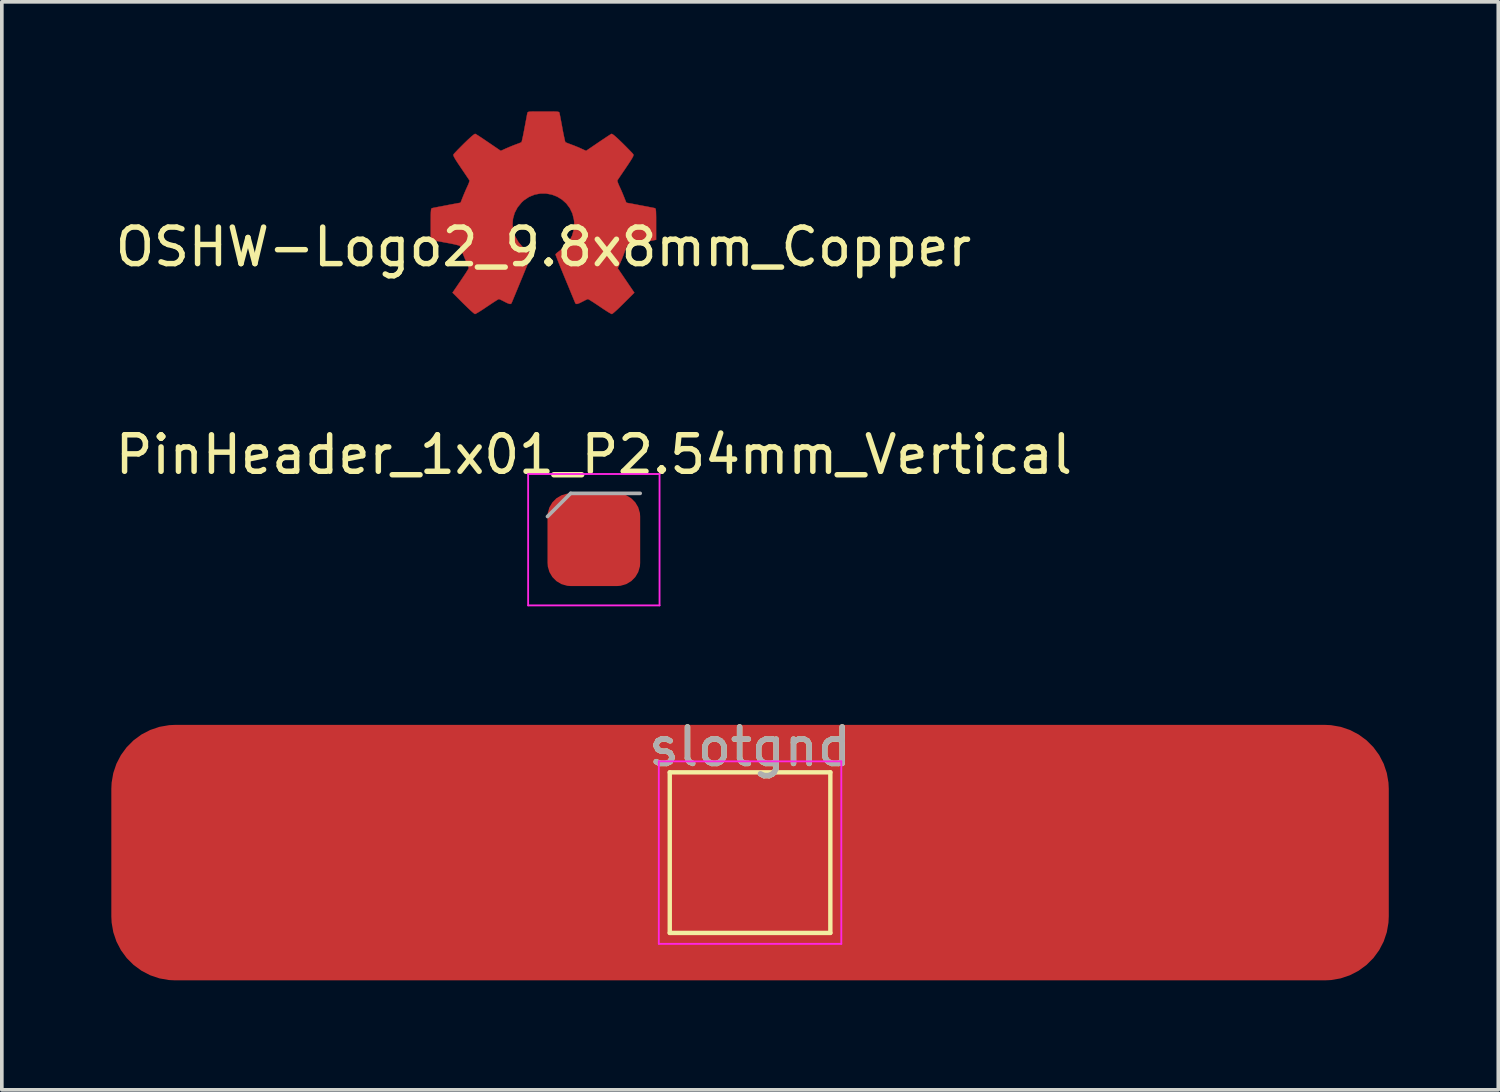
<source format=kicad_pcb>
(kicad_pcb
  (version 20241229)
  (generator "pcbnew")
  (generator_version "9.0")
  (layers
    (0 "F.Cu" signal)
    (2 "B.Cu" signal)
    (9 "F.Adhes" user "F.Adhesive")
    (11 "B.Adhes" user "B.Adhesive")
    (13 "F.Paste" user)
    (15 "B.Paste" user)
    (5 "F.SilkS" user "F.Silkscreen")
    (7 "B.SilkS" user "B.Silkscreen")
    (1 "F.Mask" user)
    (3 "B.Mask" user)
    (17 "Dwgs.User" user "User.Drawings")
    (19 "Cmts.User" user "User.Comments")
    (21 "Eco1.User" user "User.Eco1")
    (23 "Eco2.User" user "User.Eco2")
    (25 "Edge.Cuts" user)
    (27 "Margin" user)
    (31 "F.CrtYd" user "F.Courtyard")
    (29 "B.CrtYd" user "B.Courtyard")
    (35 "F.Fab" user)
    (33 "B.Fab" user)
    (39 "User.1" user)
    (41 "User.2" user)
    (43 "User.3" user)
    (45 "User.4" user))
  (footprint "OSHW-Logo2_9.8x8mm_Copper"
    (layer "F.Cu")
    (at 11.839 3.717)
    (property "Reference" "OSHW-Logo2_9.8x8mm_Copper" (at 0 0 0) (layer "F.SilkS") (effects (font (size 1 1) (thickness 0.15))))
    (attr exclude_from_pos_files exclude_from_bom)
    (fp_poly (pts (xy 0.14 -3.712) (xy 0.246 -3.712) (xy 0.322 -3.71) (xy 0.374 -3.707) (xy 0.407 -3.702) (xy 0.426 -3.695) (xy 0.435 -3.684) (xy 0.439 -3.67) (xy 0.44 -3.668) (xy 0.446 -3.636) (xy 0.459 -3.572) (xy 0.476 -3.483) (xy 0.496 -3.376) (xy 0.518 -3.258) (xy 0.518 -3.254) (xy 0.54 -3.138) (xy 0.561 -3.036) (xy 0.579 -2.953) (xy 0.592 -2.897) (xy 0.601 -2.872) (xy 0.601 -2.871) (xy 0.626 -2.859) (xy 0.676 -2.839) (xy 0.742 -2.814) (xy 0.742 -2.814) (xy 0.825 -2.783) (xy 0.923 -2.744) (xy 1.015 -2.704) (xy 1.019 -2.702) (xy 1.169 -2.634) (xy 1.501 -2.86) (xy 1.603 -2.929) (xy 1.696 -2.991) (xy 1.773 -3.042) (xy 1.83 -3.079) (xy 1.861 -3.098) (xy 1.864 -3.099) (xy 1.887 -3.093) (xy 1.93 -3.063) (xy 1.994 -3.008) (xy 2.081 -2.927) (xy 2.171 -2.84) (xy 2.256 -2.755) (xy 2.333 -2.677) (xy 2.397 -2.611) (xy 2.442 -2.563) (xy 2.464 -2.536) (xy 2.464 -2.535) (xy 2.467 -2.517) (xy 2.458 -2.487) (xy 2.435 -2.441) (xy 2.395 -2.376) (xy 2.338 -2.288) (xy 2.261 -2.173) (xy 2.193 -2.073) (xy 2.132 -1.983) (xy 2.081 -1.908) (xy 2.045 -1.854) (xy 2.027 -1.827) (xy 2.026 -1.825) (xy 2.028 -1.798) (xy 2.045 -1.747) (xy 2.073 -1.68) (xy 2.083 -1.659) (xy 2.127 -1.564) (xy 2.173 -1.456) (xy 2.211 -1.363) (xy 2.238 -1.294) (xy 2.26 -1.241) (xy 2.272 -1.214) (xy 2.274 -1.211) (xy 2.297 -1.208) (xy 2.351 -1.198) (xy 2.429 -1.184) (xy 2.524 -1.166) (xy 2.628 -1.146) (xy 2.735 -1.126) (xy 2.837 -1.107) (xy 2.927 -1.089) (xy 2.998 -1.075) (xy 3.042 -1.066) (xy 3.053 -1.063) (xy 3.064 -1.057) (xy 3.073 -1.042) (xy 3.079 -1.015) (xy 3.083 -0.97) (xy 3.085 -0.902) (xy 3.087 -0.806) (xy 3.087 -0.678) (xy 3.087 -0.625) (xy 3.087 -0.198) (xy 2.985 -0.178) (xy 2.927 -0.167) (xy 2.842 -0.151) (xy 2.739 -0.132) (xy 2.629 -0.111) (xy 2.599 -0.106) (xy 2.497 -0.086) (xy 2.408 -0.067) (xy 2.34 -0.049) (xy 2.3 -0.036) (xy 2.293 -0.032) (xy 2.277 -0.004) (xy 2.253 0.051) (xy 2.227 0.122) (xy 2.222 0.137) (xy 2.188 0.231) (xy 2.146 0.337) (xy 2.104 0.432) (xy 2.104 0.433) (xy 2.035 0.583) (xy 2.49 1.252) (xy 2.197 1.544) (xy 2.109 1.631) (xy 2.029 1.708) (xy 1.96 1.77) (xy 1.909 1.814) (xy 1.879 1.835) (xy 1.874 1.837) (xy 1.849 1.826) (xy 1.797 1.797) (xy 1.725 1.752) (xy 1.637 1.695) (xy 1.543 1.631) (xy 1.447 1.567) (xy 1.361 1.51) (xy 1.291 1.466) (xy 1.242 1.437) (xy 1.221 1.426) (xy 1.194 1.435) (xy 1.144 1.458) (xy 1.08 1.491) (xy 1.074 1.494) (xy 0.988 1.537) (xy 0.929 1.558) (xy 0.893 1.559) (xy 0.874 1.539) (xy 0.874 1.539) (xy 0.864 1.515) (xy 0.841 1.46) (xy 0.807 1.378) (xy 0.763 1.272) (xy 0.712 1.147) (xy 0.654 1.007) (xy 0.598 0.872) (xy 0.536 0.722) (xy 0.48 0.584) (xy 0.43 0.461) (xy 0.389 0.357) (xy 0.358 0.277) (xy 0.338 0.225) (xy 0.332 0.206) (xy 0.347 0.183) (xy 0.386 0.148) (xy 0.439 0.109) (xy 0.588 -0.015) (xy 0.705 -0.156) (xy 0.787 -0.313) (xy 0.834 -0.482) (xy 0.845 -0.66) (xy 0.837 -0.742) (xy 0.796 -0.913) (xy 0.724 -1.064) (xy 0.627 -1.193) (xy 0.509 -1.299) (xy 0.374 -1.381) (xy 0.227 -1.437) (xy 0.072 -1.465) (xy -0.087 -1.465) (xy -0.244 -1.435) (xy -0.396 -1.372) (xy -0.538 -1.277) (xy -0.597 -1.222) (xy -0.711 -1.083) (xy -0.79 -0.932) (xy -0.835 -0.771) (xy -0.847 -0.607) (xy -0.825 -0.443) (xy -0.772 -0.284) (xy -0.686 -0.134) (xy -0.569 0.002) (xy -0.439 0.109) (xy -0.384 0.15) (xy -0.346 0.185) (xy -0.332 0.206) (xy -0.339 0.229) (xy -0.36 0.283) (xy -0.392 0.366) (xy -0.434 0.471) (xy -0.485 0.596) (xy -0.542 0.736) (xy -0.598 0.872) (xy -0.66 1.021) (xy -0.717 1.16) (xy -0.768 1.283) (xy -0.811 1.387) (xy -0.844 1.467) (xy -0.866 1.519) (xy -0.874 1.539) (xy -0.893 1.558) (xy -0.929 1.558) (xy -0.988 1.537) (xy -1.073 1.495) (xy -1.074 1.494) (xy -1.138 1.461) (xy -1.19 1.437) (xy -1.219 1.426) (xy -1.221 1.426) (xy -1.243 1.437) (xy -1.292 1.466) (xy -1.362 1.511) (xy -1.447 1.567) (xy -1.543 1.631) (xy -1.639 1.696) (xy -1.727 1.753) (xy -1.799 1.797) (xy -1.85 1.826) (xy -1.874 1.837) (xy -1.897 1.823) (xy -1.942 1.786) (xy -2.006 1.729) (xy -2.083 1.656) (xy -2.169 1.572) (xy -2.198 1.544) (xy -2.49 1.251) (xy -2.267 0.925) (xy -2.2 0.825) (xy -2.14 0.735) (xy -2.093 0.661) (xy -2.06 0.607) (xy -2.045 0.579) (xy -2.045 0.577) (xy -2.053 0.551) (xy -2.073 0.498) (xy -2.103 0.427) (xy -2.124 0.38) (xy -2.164 0.29) (xy -2.201 0.198) (xy -2.23 0.121) (xy -2.237 0.098) (xy -2.26 0.035) (xy -2.281 -0.014) (xy -2.293 -0.032) (xy -2.319 -0.043) (xy -2.377 -0.059) (xy -2.458 -0.078) (xy -2.555 -0.098) (xy -2.599 -0.106) (xy -2.709 -0.126) (xy -2.815 -0.146) (xy -2.906 -0.163) (xy -2.972 -0.175) (xy -2.985 -0.178) (xy -3.087 -0.198) (xy -3.087 -0.625) (xy -3.087 -0.766) (xy -3.086 -0.872) (xy -3.084 -0.949) (xy -3.08 -1.002) (xy -3.075 -1.035) (xy -3.067 -1.053) (xy -3.057 -1.062) (xy -3.053 -1.063) (xy -3.028 -1.069) (xy -2.972 -1.08) (xy -2.892 -1.096) (xy -2.796 -1.114) (xy -2.691 -1.134) (xy -2.585 -1.155) (xy -2.483 -1.174) (xy -2.395 -1.19) (xy -2.325 -1.203) (xy -2.283 -1.21) (xy -2.274 -1.211) (xy -2.265 -1.228) (xy -2.246 -1.273) (xy -2.221 -1.338) (xy -2.211 -1.363) (xy -2.171 -1.46) (xy -2.125 -1.568) (xy -2.083 -1.659) (xy -2.052 -1.728) (xy -2.032 -1.785) (xy -2.025 -1.82) (xy -2.026 -1.825) (xy -2.041 -1.847) (xy -2.074 -1.896) (xy -2.121 -1.967) (xy -2.181 -2.055) (xy -2.248 -2.154) (xy -2.261 -2.173) (xy -2.339 -2.289) (xy -2.396 -2.377) (xy -2.435 -2.442) (xy -2.458 -2.487) (xy -2.467 -2.516) (xy -2.465 -2.535) (xy -2.464 -2.535) (xy -2.445 -2.559) (xy -2.402 -2.605) (xy -2.341 -2.669) (xy -2.265 -2.746) (xy -2.18 -2.831) (xy -2.171 -2.84) (xy -2.063 -2.944) (xy -1.98 -3.02) (xy -1.92 -3.07) (xy -1.882 -3.096) (xy -1.864 -3.099) (xy -1.84 -3.085) (xy -1.788 -3.052) (xy -1.714 -3.004) (xy -1.625 -2.944) (xy -1.525 -2.876) (xy -1.501 -2.86) (xy -1.169 -2.634) (xy -1.019 -2.702) (xy -0.928 -2.741) (xy -0.83 -2.781) (xy -0.746 -2.813) (xy -0.742 -2.814) (xy -0.677 -2.838) (xy -0.626 -2.859) (xy -0.601 -2.871) (xy -0.601 -2.871) (xy -0.593 -2.893) (xy -0.58 -2.948) (xy -0.562 -3.029) (xy -0.542 -3.129) (xy -0.52 -3.244) (xy -0.518 -3.254) (xy -0.496 -3.372) (xy -0.476 -3.479) (xy -0.459 -3.569) (xy -0.447 -3.634) (xy -0.44 -3.668) (xy -0.44 -3.668) (xy -0.435 -3.683) (xy -0.427 -3.693) (xy -0.41 -3.701) (xy -0.379 -3.707) (xy -0.329 -3.71) (xy -0.256 -3.712) (xy -0.153 -3.712) (xy -0.018 -3.712) (xy 0 -3.712) (xy 0.14 -3.712)) (stroke (width 0.01) (type solid)) (fill yes) (layer "F.Cu")))
  (footprint "slotgnd"
    (layer "F.Cu")
    (at 17.5 20.31)
    (property "Reference" "slotgnd" (at 0 -2.898 0) (layer "F.SilkS") (effects (font (size 1 1) (thickness 0.15))))
    (attr exclude_from_pos_files exclude_from_bom)
    (fp_line (start -2.2 -2.2) (end 2.2 -2.2) (stroke (width 0.12) (type solid)) (layer "F.SilkS"))
    (fp_line (start -2.2 2.2) (end -2.2 -2.2) (stroke (width 0.12) (type solid)) (layer "F.SilkS"))
    (fp_line (start 2.2 -2.2) (end 2.2 2.2) (stroke (width 0.12) (type solid)) (layer "F.SilkS"))
    (fp_line (start 2.2 2.2) (end -2.2 2.2) (stroke (width 0.12) (type solid)) (layer "F.SilkS"))
    (fp_line (start -2.5 -2.5) (end -2.5 2.5) (stroke (width 0.05) (type solid)) (layer "F.CrtYd"))
    (fp_line (start -2.5 -2.5) (end 2.5 -2.5) (stroke (width 0.05) (type solid)) (layer "F.CrtYd"))
    (fp_line (start 2.5 2.5) (end -2.5 2.5) (stroke (width 0.05) (type solid)) (layer "F.CrtYd"))
    (fp_line (start 2.5 2.5) (end 2.5 -2.5) (stroke (width 0.05) (type solid)) (layer "F.CrtYd"))
    (fp_text user "${REFERENCE}" (at 0 -2.9 0) (layer "F.Fab") (effects (font (size 1 1) (thickness 0.15))))
    (pad "1" smd roundrect (at 0 0) (size 35 7) (layers "F.Cu" "F.Mask") (roundrect_rratio 0.25)))
  (footprint "PinHeader_1x01_P2.54mm_Vertical"
    (layer "F.Cu")
    (at 13.22 11.737)
    (property "Reference" "PinHeader_1x01_P2.54mm_Vertical" (at 0 -2.33 0) (layer "F.SilkS") (effects (font (size 1 1) (thickness 0.15))))
    (attr through_hole)
    (fp_line (start -1.8 -1.8) (end -1.8 1.8) (stroke (width 0.05) (type solid)) (layer "F.CrtYd"))
    (fp_line (start -1.8 1.8) (end 1.8 1.8) (stroke (width 0.05) (type solid)) (layer "F.CrtYd"))
    (fp_line (start 1.8 -1.8) (end -1.8 -1.8) (stroke (width 0.05) (type solid)) (layer "F.CrtYd"))
    (fp_line (start 1.8 1.8) (end 1.8 -1.8) (stroke (width 0.05) (type solid)) (layer "F.CrtYd"))
    (fp_line (start -1.27 -0.635) (end -0.635 -1.27) (stroke (width 0.1) (type solid)) (layer "F.Fab"))
    (fp_line (start -0.635 -1.27) (end 1.27 -1.27) (stroke (width 0.1) (type solid)) (layer "F.Fab"))
    (pad "1" smd roundrect (at 0 0) (size 2.54 2.54) (layers "F.Cu" "F.Mask" "F.Paste") (roundrect_rratio 0.25)))
  (gr_rect
    (start -3 -3)
    (end 38 26.81)
    (stroke (width 0.1) (type default))
    (fill no)
    (layer "Edge.Cuts")))
</source>
